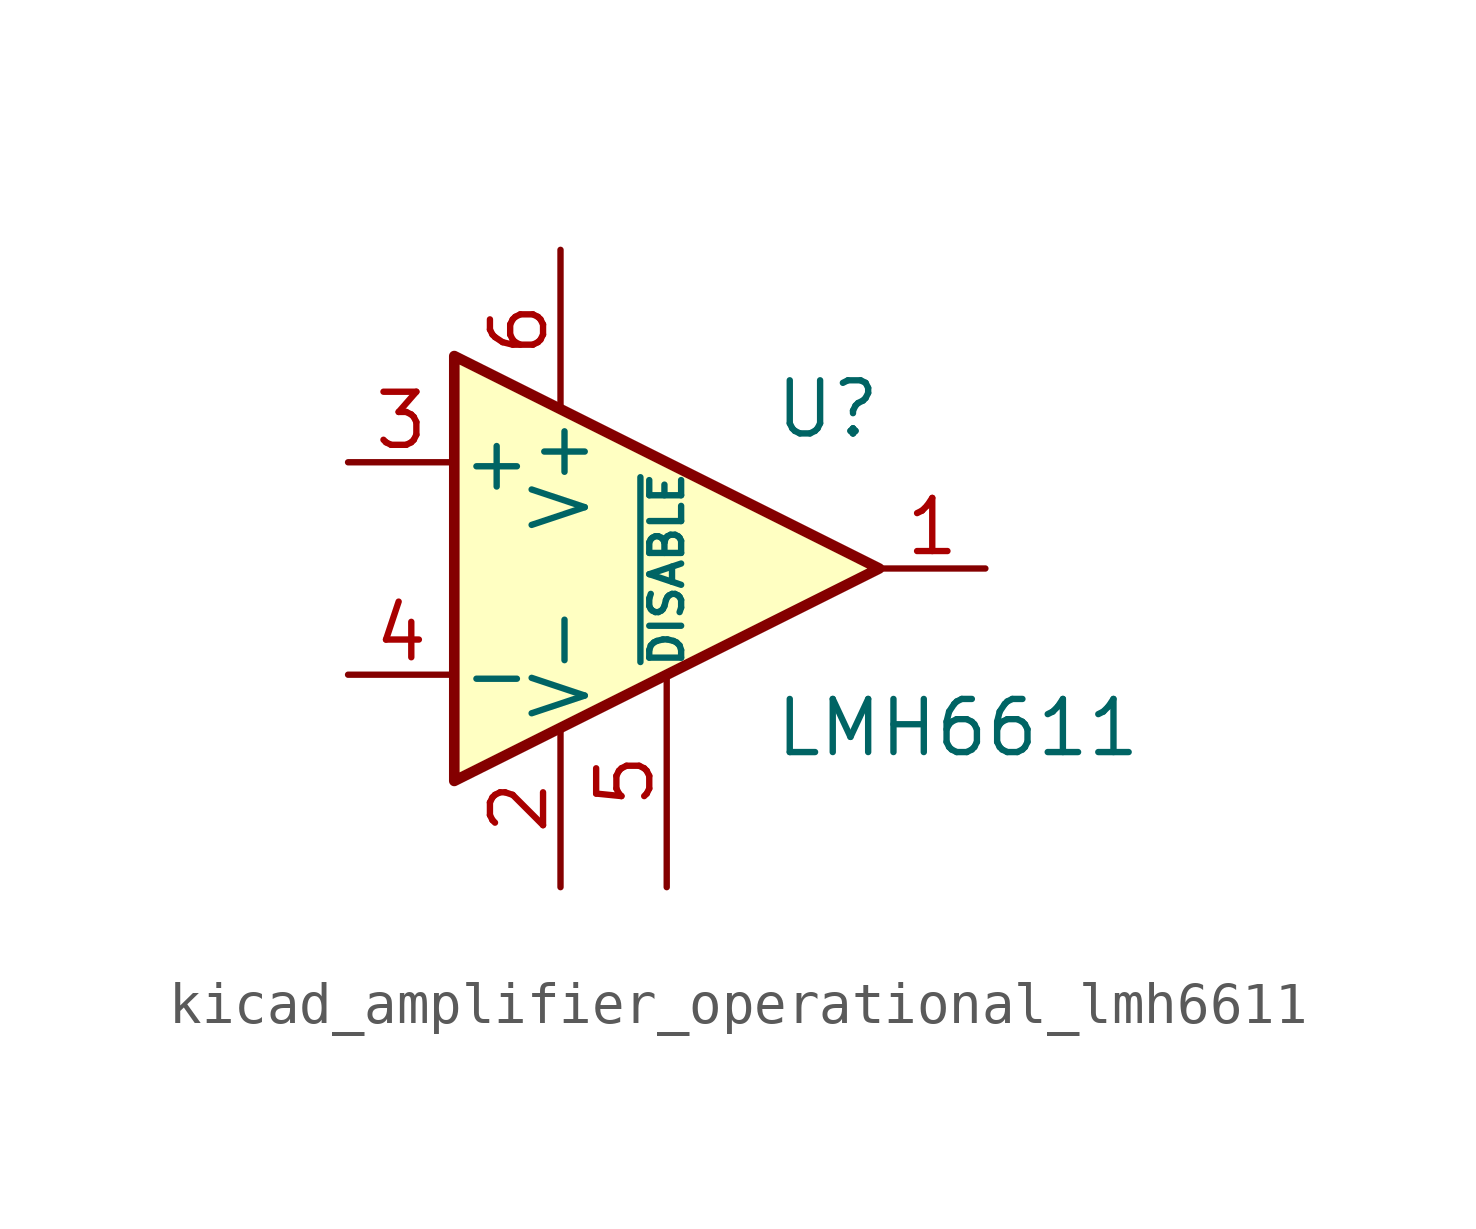
<source format=kicad_sym>
(kicad_symbol_lib
  (version 20220914)
  (generator kicad_symbol_editor)
  (symbol "kicad_amplifier_operational_lmh6611"
    (pin_names
      (offset 0.127))
    (property "Reference" "U"
      (at 2.54 3.81 0)
      (effects (font (size 1.27 1.27)) (justify left)))
    (property "Value" "LMH6611"
      (at 2.54 -3.81 0)
      (effects (font (size 1.27 1.27)) (justify left)))
    (symbol "kicad_amplifier_operational_lmh6611_0_1"
      (polyline (pts (xy -5.08 5.08) (xy 5.08 0) (xy -5.08 -5.08) (xy -5.08 5.08)) (stroke (width 0.254) (type default)) (fill (type background))))
    (symbol "kicad_amplifier_operational_lmh6611_1_1"
      (pin output line (at 7.62 0 180) (length 2.54) (name "~" (effects (font (size 1.27 1.27)))) (number "1" (effects (font (size 1.27 1.27)))))
      (pin power_in line (at -2.54 -7.62 90) (length 3.81) (name "V-" (effects (font (size 1.27 1.27)))) (number "2" (effects (font (size 1.27 1.27)))))
      (pin input line (at -7.62 2.54 0) (length 2.54) (name "+" (effects (font (size 1.27 1.27)))) (number "3" (effects (font (size 1.27 1.27)))))
      (pin input line (at -7.62 -2.54 0) (length 2.54) (name "-" (effects (font (size 1.27 1.27)))) (number "4" (effects (font (size 1.27 1.27)))))
      (pin input line (at 0 -7.62 90) (length 5.08) (name "~{DISABLE}" (effects (font (size 0.762 0.762)))) (number "5" (effects (font (size 1.27 1.27)))))
      (pin power_in line (at -2.54 7.62 270) (length 3.81) (name "V+" (effects (font (size 1.27 1.27)))) (number "6" (effects (font (size 1.27 1.27))))))))
</source>
